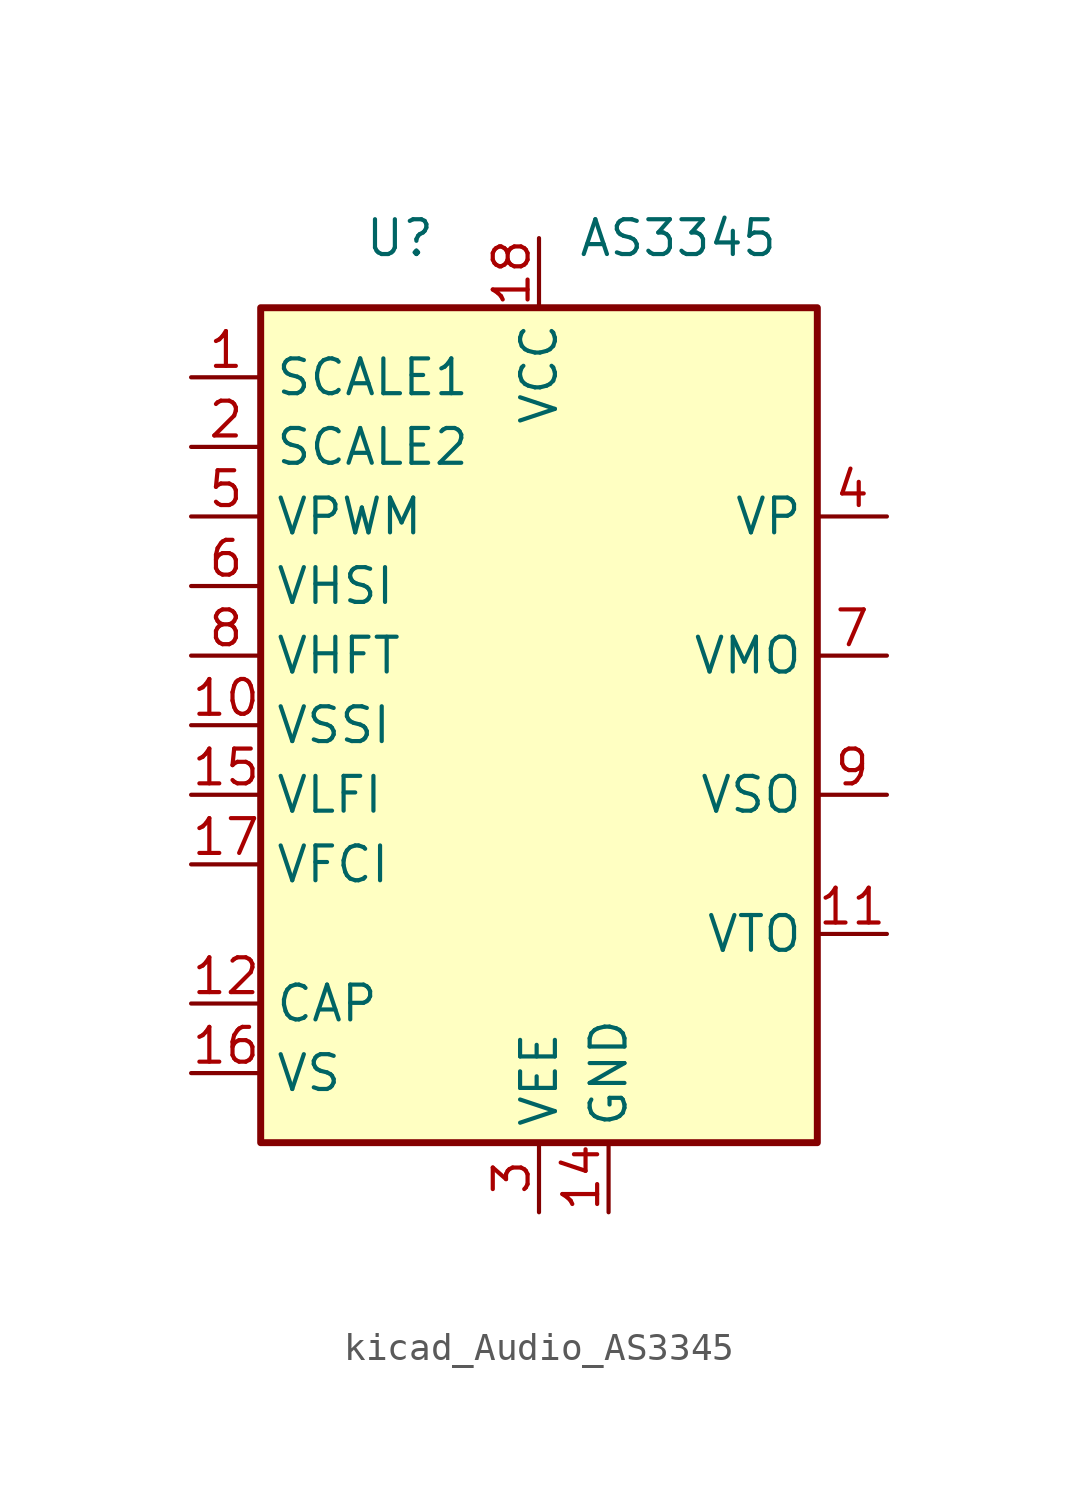
<source format=kicad_sym>
(kicad_symbol_lib
  (version 20220914)
  (generator kicad_symbol_editor)
  (symbol "kicad_Audio_AS3345"
    (property "Reference" "U"
      (at -5.08 17.78 0)
      (effects (font (size 1.27 1.27))))
    (property "Value" "AS3345"
      (at 5.08 17.78 0)
      (effects (font (size 1.27 1.27))))
    (symbol "kicad_Audio_AS3345_0_1"
      (rectangle (start -10.16 15.24) (end 10.16 -15.24) (stroke (width 0.254) (type default)) (fill (type background))))
    (symbol "kicad_Audio_AS3345_1_1"
      (pin input line (at -12.7 12.7 0) (length 2.54) (name "SCALE1" (effects (font (size 1.27 1.27)))) (number "1" (effects (font (size 1.27 1.27)))))
      (pin input line (at -12.7 0 0) (length 2.54) (name "VSSI" (effects (font (size 1.27 1.27)))) (number "10" (effects (font (size 1.27 1.27)))))
      (pin output line (at 12.7 -7.62 180) (length 2.54) (name "VTO" (effects (font (size 1.27 1.27)))) (number "11" (effects (font (size 1.27 1.27)))))
      (pin passive line (at -12.7 -10.16 0) (length 2.54) (name "CAP" (effects (font (size 1.27 1.27)))) (number "12" (effects (font (size 1.27 1.27)))))
      (pin passive line (at 2.54 -17.78 90) (length 2.54) hide (name "GND" (effects (font (size 1.27 1.27)))) (number "13" (effects (font (size 1.27 1.27)))))
      (pin power_in line (at 2.54 -17.78 90) (length 2.54) (name "GND" (effects (font (size 1.27 1.27)))) (number "14" (effects (font (size 1.27 1.27)))))
      (pin input line (at -12.7 -2.54 0) (length 2.54) (name "VLFI" (effects (font (size 1.27 1.27)))) (number "15" (effects (font (size 1.27 1.27)))))
      (pin passive line (at -12.7 -12.7 0) (length 2.54) (name "VS" (effects (font (size 1.27 1.27)))) (number "16" (effects (font (size 1.27 1.27)))))
      (pin input line (at -12.7 -5.08 0) (length 2.54) (name "VFCI" (effects (font (size 1.27 1.27)))) (number "17" (effects (font (size 1.27 1.27)))))
      (pin power_in line (at 0 17.78 270) (length 2.54) (name "VCC" (effects (font (size 1.27 1.27)))) (number "18" (effects (font (size 1.27 1.27)))))
      (pin input line (at -12.7 10.16 0) (length 2.54) (name "SCALE2" (effects (font (size 1.27 1.27)))) (number "2" (effects (font (size 1.27 1.27)))))
      (pin power_in line (at 0 -17.78 90) (length 2.54) (name "VEE" (effects (font (size 1.27 1.27)))) (number "3" (effects (font (size 1.27 1.27)))))
      (pin output line (at 12.7 7.62 180) (length 2.54) (name "VP" (effects (font (size 1.27 1.27)))) (number "4" (effects (font (size 1.27 1.27)))))
      (pin input line (at -12.7 7.62 0) (length 2.54) (name "VPWM" (effects (font (size 1.27 1.27)))) (number "5" (effects (font (size 1.27 1.27)))))
      (pin input line (at -12.7 5.08 0) (length 2.54) (name "VHSI" (effects (font (size 1.27 1.27)))) (number "6" (effects (font (size 1.27 1.27)))))
      (pin output line (at 12.7 2.54 180) (length 2.54) (name "VMO" (effects (font (size 1.27 1.27)))) (number "7" (effects (font (size 1.27 1.27)))))
      (pin input line (at -12.7 2.54 0) (length 2.54) (name "VHFT" (effects (font (size 1.27 1.27)))) (number "8" (effects (font (size 1.27 1.27)))))
      (pin output line (at 12.7 -2.54 180) (length 2.54) (name "VSO" (effects (font (size 1.27 1.27)))) (number "9" (effects (font (size 1.27 1.27))))))))
</source>
